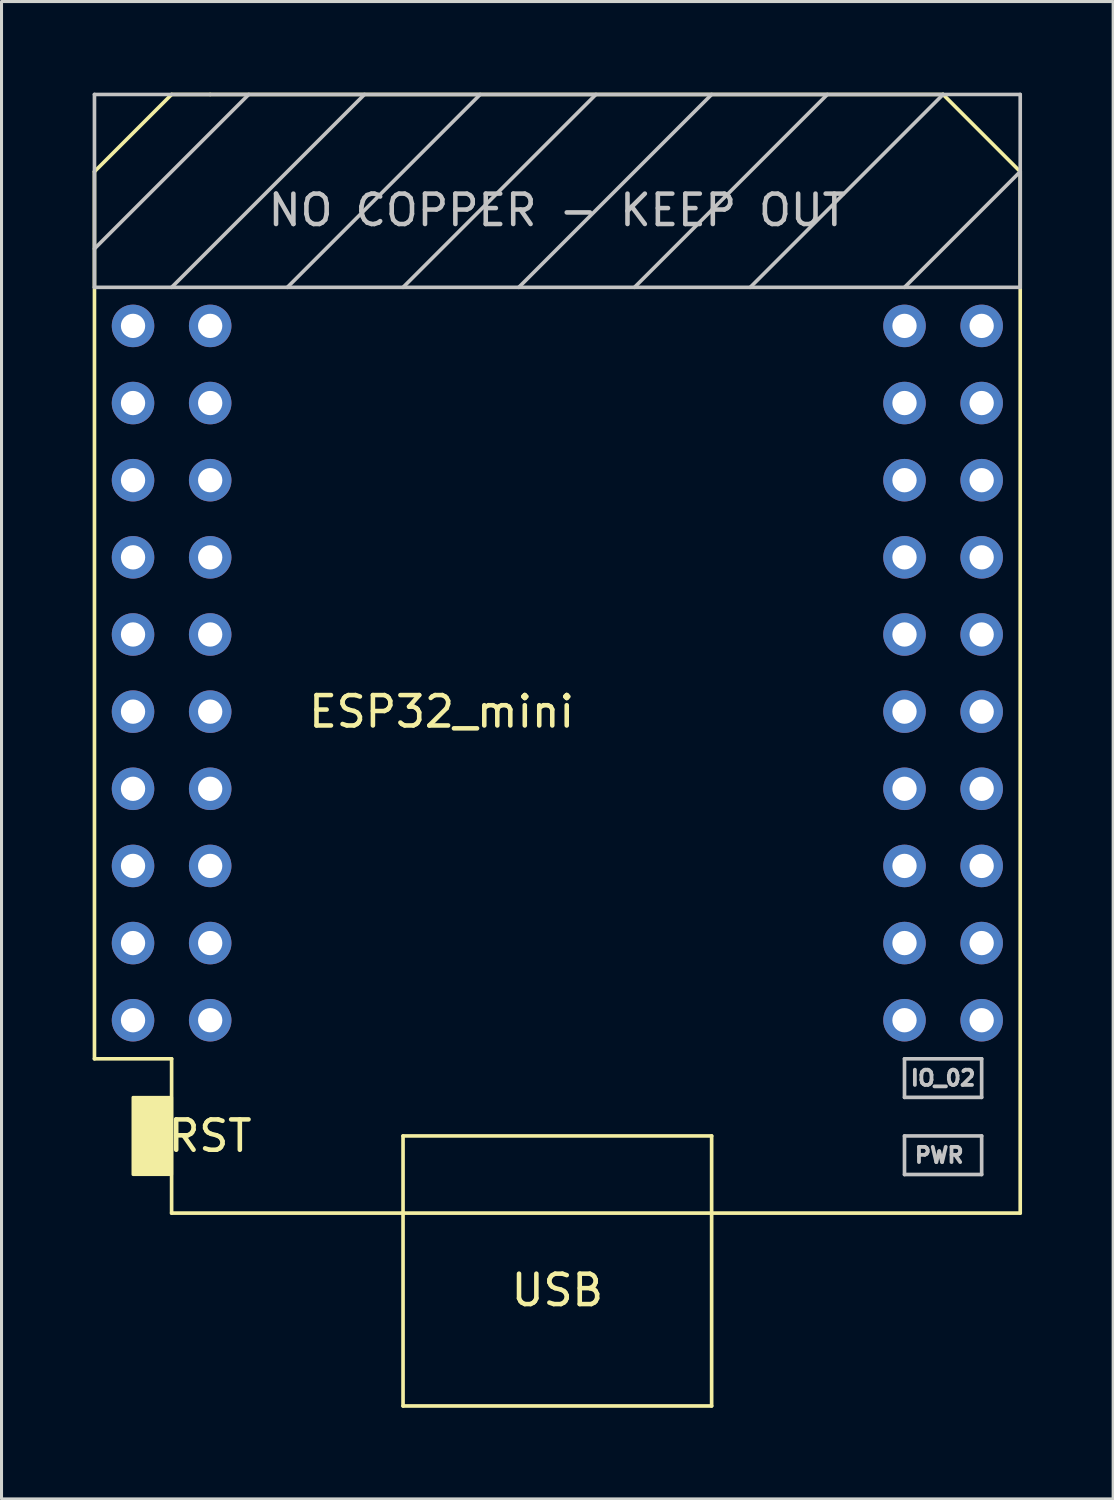
<source format=kicad_pcb>
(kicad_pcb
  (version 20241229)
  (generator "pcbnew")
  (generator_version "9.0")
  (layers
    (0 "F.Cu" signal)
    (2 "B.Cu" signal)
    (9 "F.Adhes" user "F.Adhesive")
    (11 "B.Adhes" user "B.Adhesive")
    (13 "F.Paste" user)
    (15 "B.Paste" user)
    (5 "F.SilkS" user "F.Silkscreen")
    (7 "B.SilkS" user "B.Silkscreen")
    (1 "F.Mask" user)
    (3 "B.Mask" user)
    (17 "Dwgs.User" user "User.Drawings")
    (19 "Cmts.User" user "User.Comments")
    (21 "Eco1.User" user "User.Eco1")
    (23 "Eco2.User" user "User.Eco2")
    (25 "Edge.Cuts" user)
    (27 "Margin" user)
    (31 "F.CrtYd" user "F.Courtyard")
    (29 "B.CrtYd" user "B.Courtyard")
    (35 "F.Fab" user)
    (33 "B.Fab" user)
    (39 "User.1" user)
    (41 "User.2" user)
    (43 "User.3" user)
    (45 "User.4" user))
  (footprint "ESP32_mini"
    (layer "F.Cu")
    (at 15.3 19.11)
    (property "Reference" "ESP32_mini" (at -3.81 1.27 0) (layer "F.SilkS") (effects (font (size 1 1) (thickness 0.15))))
    (attr through_hole)
    (fp_line (start -15.24 -16.51) (end -15.24 12.7) (stroke (width 0.12) (type solid)) (layer "F.SilkS"))
    (fp_line (start -15.24 12.7) (end -12.7 12.7) (stroke (width 0.12) (type solid)) (layer "F.SilkS"))
    (fp_line (start -12.7 -19.05) (end -15.24 -16.51) (stroke (width 0.12) (type solid)) (layer "F.SilkS"))
    (fp_line (start -12.7 -19.05) (end -11.43 -19.05) (stroke (width 0.12) (type solid)) (layer "F.SilkS"))
    (fp_line (start -12.7 12.7) (end -12.7 17.78) (stroke (width 0.12) (type solid)) (layer "F.SilkS"))
    (fp_line (start -12.7 17.78) (end 15.24 17.78) (stroke (width 0.12) (type solid)) (layer "F.SilkS"))
    (fp_line (start -5.08 15.24) (end 5.08 15.24) (stroke (width 0.12) (type solid)) (layer "F.SilkS"))
    (fp_line (start -5.08 17.78) (end -5.08 15.24) (stroke (width 0.12) (type solid)) (layer "F.SilkS"))
    (fp_line (start -5.08 17.78) (end -5.08 24.13) (stroke (width 0.12) (type solid)) (layer "F.SilkS"))
    (fp_line (start -5.08 24.13) (end 5.08 24.13) (stroke (width 0.12) (type solid)) (layer "F.SilkS"))
    (fp_line (start 5.08 15.24) (end 5.08 17.78) (stroke (width 0.12) (type solid)) (layer "F.SilkS"))
    (fp_line (start 5.08 24.13) (end 5.08 17.78) (stroke (width 0.12) (type solid)) (layer "F.SilkS"))
    (fp_line (start 12.7 -19.05) (end -11.43 -19.05) (stroke (width 0.12) (type solid)) (layer "F.SilkS"))
    (fp_line (start 12.7 -19.05) (end 15.24 -16.51) (stroke (width 0.12) (type solid)) (layer "F.SilkS"))
    (fp_line (start 15.24 -16.51) (end 15.24 17.78) (stroke (width 0.12) (type solid)) (layer "F.SilkS"))
    (fp_poly (pts (xy -13.97 16.51) (xy -13.97 13.97) (xy -12.7 13.97) (xy -12.7 16.51)) (stroke (width 0.1) (type solid)) (fill yes) (layer "F.SilkS"))
    (fp_line (start -15.24 -19.05) (end -15.24 -12.7) (stroke (width 0.12) (type solid)) (layer "Dwgs.User"))
    (fp_line (start -15.24 -12.7) (end 15.24 -12.7) (stroke (width 0.12) (type solid)) (layer "Dwgs.User"))
    (fp_line (start -10.16 -19.05) (end -15.24 -13.97) (stroke (width 0.12) (type solid)) (layer "Dwgs.User"))
    (fp_line (start -6.35 -19.05) (end -12.7 -12.7) (stroke (width 0.12) (type solid)) (layer "Dwgs.User"))
    (fp_line (start -2.54 -19.05) (end -8.89 -12.7) (stroke (width 0.12) (type solid)) (layer "Dwgs.User"))
    (fp_line (start 1.27 -19.05) (end -5.08 -12.7) (stroke (width 0.12) (type solid)) (layer "Dwgs.User"))
    (fp_line (start 5.08 -19.05) (end -1.27 -12.7) (stroke (width 0.12) (type solid)) (layer "Dwgs.User"))
    (fp_line (start 8.89 -19.05) (end 2.54 -12.7) (stroke (width 0.12) (type solid)) (layer "Dwgs.User"))
    (fp_line (start 11.43 12.7) (end 11.43 13.97) (stroke (width 0.12) (type solid)) (layer "Dwgs.User"))
    (fp_line (start 11.43 13.97) (end 13.97 13.97) (stroke (width 0.12) (type solid)) (layer "Dwgs.User"))
    (fp_line (start 11.43 15.24) (end 13.97 15.24) (stroke (width 0.12) (type solid)) (layer "Dwgs.User"))
    (fp_line (start 11.43 16.51) (end 11.43 15.24) (stroke (width 0.12) (type solid)) (layer "Dwgs.User"))
    (fp_line (start 12.7 -19.05) (end 6.35 -12.7) (stroke (width 0.12) (type solid)) (layer "Dwgs.User"))
    (fp_line (start 13.97 12.7) (end 11.43 12.7) (stroke (width 0.12) (type solid)) (layer "Dwgs.User"))
    (fp_line (start 13.97 13.97) (end 13.97 12.7) (stroke (width 0.12) (type solid)) (layer "Dwgs.User"))
    (fp_line (start 13.97 15.24) (end 13.97 16.51) (stroke (width 0.12) (type solid)) (layer "Dwgs.User"))
    (fp_line (start 13.97 16.51) (end 11.43 16.51) (stroke (width 0.12) (type solid)) (layer "Dwgs.User"))
    (fp_line (start 15.24 -19.05) (end -15.24 -19.05) (stroke (width 0.12) (type solid)) (layer "Dwgs.User"))
    (fp_line (start 15.24 -16.51) (end 11.43 -12.7) (stroke (width 0.12) (type solid)) (layer "Dwgs.User"))
    (fp_line (start 15.24 -12.7) (end 15.24 -19.05) (stroke (width 0.12) (type solid)) (layer "Dwgs.User"))
    (fp_text user "USB" (at 0 20.32 0) (layer "F.SilkS") (effects (font (size 1 1) (thickness 0.15))))
    (fp_text user "RST" (at -11.43 15.24 0) (layer "F.SilkS") (effects (font (size 1 1) (thickness 0.15))))
    (fp_text user "IO_02" (at 12.7 13.335 0) (layer "Dwgs.User") (effects (font (size 0.5 0.5) (thickness 0.125))))
    (fp_text user "PWR" (at 12.573 15.875 0) (layer "Dwgs.User") (effects (font (size 0.5 0.5) (thickness 0.125))))
    (fp_text user "NO COPPER - KEEP OUT" (at 0 -15.24 0) (layer "Dwgs.User") (effects (font (size 1 1) (thickness 0.15))))
    (pad "1" thru_hole circle (at -13.97 -11.43 270) (size 1.4 1.4) (drill 0.8) (layers "*.Cu" "*.Mask"))
    (pad "2" thru_hole circle (at -11.43 -11.43 270) (size 1.4 1.4) (drill 0.8) (layers "*.Cu" "*.Mask"))
    (pad "3" thru_hole circle (at -13.97 -8.89 270) (size 1.4 1.4) (drill 0.8) (layers "*.Cu" "*.Mask"))
    (pad "4" thru_hole circle (at -11.43 -8.89 270) (size 1.4 1.4) (drill 0.8) (layers "*.Cu" "*.Mask"))
    (pad "5" thru_hole circle (at -13.97 -6.35 270) (size 1.4 1.4) (drill 0.8) (layers "*.Cu" "*.Mask"))
    (pad "6" thru_hole circle (at -11.43 -6.35 270) (size 1.4 1.4) (drill 0.8) (layers "*.Cu" "*.Mask"))
    (pad "7" thru_hole circle (at -13.97 -3.81 270) (size 1.4 1.4) (drill 0.8) (layers "*.Cu" "*.Mask"))
    (pad "8" thru_hole circle (at -11.43 -3.81 270) (size 1.4 1.4) (drill 0.8) (layers "*.Cu" "*.Mask"))
    (pad "9" thru_hole circle (at -13.97 -1.27 270) (size 1.4 1.4) (drill 0.8) (layers "*.Cu" "*.Mask"))
    (pad "10" thru_hole circle (at -11.43 -1.27 270) (size 1.4 1.4) (drill 0.8) (layers "*.Cu" "*.Mask"))
    (pad "11" thru_hole circle (at -13.97 1.27 270) (size 1.4 1.4) (drill 0.8) (layers "*.Cu" "*.Mask"))
    (pad "12" thru_hole circle (at -11.43 1.27 270) (size 1.4 1.4) (drill 0.8) (layers "*.Cu" "*.Mask"))
    (pad "13" thru_hole circle (at -13.97 3.81 270) (size 1.4 1.4) (drill 0.8) (layers "*.Cu" "*.Mask"))
    (pad "14" thru_hole circle (at -11.43 3.81 270) (size 1.4 1.4) (drill 0.8) (layers "*.Cu" "*.Mask"))
    (pad "15" thru_hole circle (at -13.97 6.35 270) (size 1.4 1.4) (drill 0.8) (layers "*.Cu" "*.Mask"))
    (pad "16" thru_hole circle (at -11.43 6.35 270) (size 1.4 1.4) (drill 0.8) (layers "*.Cu" "*.Mask"))
    (pad "17" thru_hole circle (at -13.97 8.89 270) (size 1.4 1.4) (drill 0.8) (layers "*.Cu" "*.Mask"))
    (pad "18" thru_hole circle (at -11.43 8.89 270) (size 1.4 1.4) (drill 0.8) (layers "*.Cu" "*.Mask"))
    (pad "19" thru_hole circle (at -13.97 11.43 270) (size 1.4 1.4) (drill 0.8) (layers "*.Cu" "*.Mask"))
    (pad "20" thru_hole circle (at -11.43 11.43 270) (size 1.4 1.4) (drill 0.8) (layers "*.Cu" "*.Mask"))
    (pad "21" thru_hole circle (at 11.43 -11.43 270) (size 1.4 1.4) (drill 0.8) (layers "*.Cu" "*.Mask"))
    (pad "22" thru_hole circle (at 13.97 -11.43 270) (size 1.4 1.4) (drill 0.8) (layers "*.Cu" "*.Mask"))
    (pad "23" thru_hole circle (at 11.43 -8.89 270) (size 1.4 1.4) (drill 0.8) (layers "*.Cu" "*.Mask"))
    (pad "24" thru_hole circle (at 13.97 -8.89 270) (size 1.4 1.4) (drill 0.8) (layers "*.Cu" "*.Mask"))
    (pad "25" thru_hole circle (at 11.43 -6.35 270) (size 1.4 1.4) (drill 0.8) (layers "*.Cu" "*.Mask"))
    (pad "26" thru_hole circle (at 13.97 -6.35 270) (size 1.4 1.4) (drill 0.8) (layers "*.Cu" "*.Mask"))
    (pad "27" thru_hole circle (at 11.43 -3.81 270) (size 1.4 1.4) (drill 0.8) (layers "*.Cu" "*.Mask"))
    (pad "28" thru_hole circle (at 13.97 -3.81 270) (size 1.4 1.4) (drill 0.8) (layers "*.Cu" "*.Mask"))
    (pad "29" thru_hole circle (at 11.43 -1.27 270) (size 1.4 1.4) (drill 0.8) (layers "*.Cu" "*.Mask"))
    (pad "30" thru_hole circle (at 13.97 -1.27 270) (size 1.4 1.4) (drill 0.8) (layers "*.Cu" "*.Mask"))
    (pad "31" thru_hole circle (at 11.43 1.27 270) (size 1.4 1.4) (drill 0.8) (layers "*.Cu" "*.Mask"))
    (pad "32" thru_hole circle (at 13.97 1.27 270) (size 1.4 1.4) (drill 0.8) (layers "*.Cu" "*.Mask"))
    (pad "33" thru_hole circle (at 11.43 3.81 270) (size 1.4 1.4) (drill 0.8) (layers "*.Cu" "*.Mask"))
    (pad "34" thru_hole circle (at 13.97 3.81 270) (size 1.4 1.4) (drill 0.8) (layers "*.Cu" "*.Mask"))
    (pad "35" thru_hole circle (at 11.43 6.35 270) (size 1.4 1.4) (drill 0.8) (layers "*.Cu" "*.Mask"))
    (pad "36" thru_hole circle (at 13.97 6.35 270) (size 1.4 1.4) (drill 0.8) (layers "*.Cu" "*.Mask"))
    (pad "37" thru_hole circle (at 11.43 8.89 270) (size 1.4 1.4) (drill 0.8) (layers "*.Cu" "*.Mask"))
    (pad "38" thru_hole circle (at 13.97 8.89 270) (size 1.4 1.4) (drill 0.8) (layers "*.Cu" "*.Mask"))
    (pad "39" thru_hole circle (at 11.43 11.43 270) (size 1.4 1.4) (drill 0.8) (layers "*.Cu" "*.Mask"))
    (pad "40" thru_hole circle (at 13.97 11.43 270) (size 1.4 1.4) (drill 0.8) (layers "*.Cu" "*.Mask")))
  (gr_rect
    (start -3 -3)
    (end 33.6 46.3)
    (stroke (width 0.1) (type default))
    (fill no)
    (layer "Edge.Cuts")))
</source>
